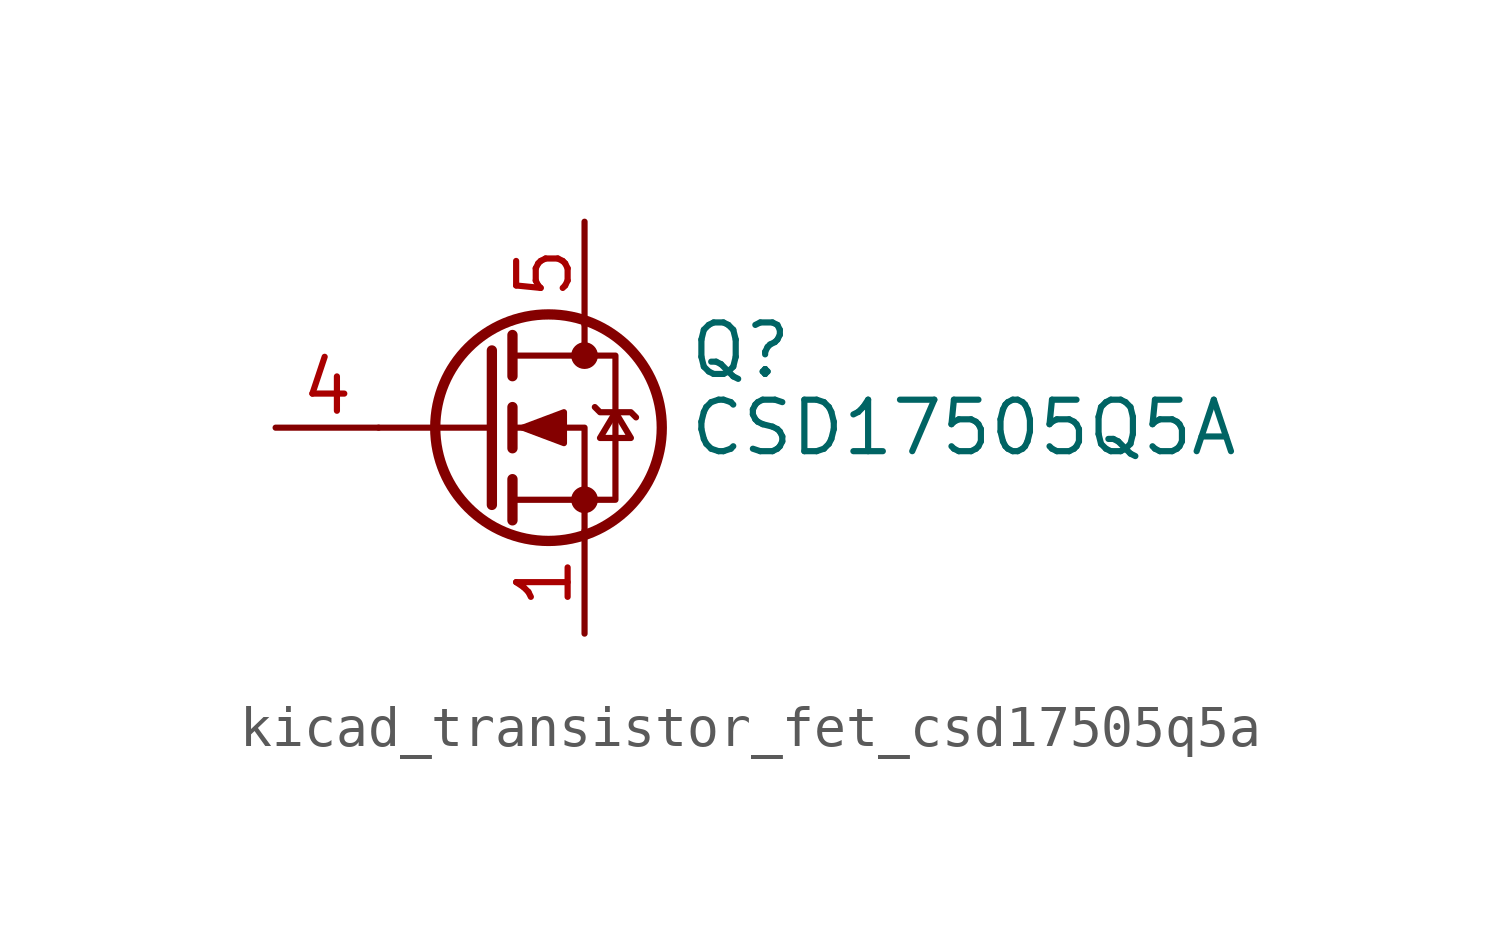
<source format=kicad_sym>
(kicad_symbol_lib
  (version 20220914)
  (generator kicad_symbol_editor)
  (symbol "kicad_transistor_fet_csd17505q5a"
    (pin_names hide)
    (property "Reference" "Q"
      (at 5.08 1.905 0)
      (effects (font (size 1.27 1.27)) (justify left)))
    (property "Value" "CSD17505Q5A"
      (at 5.08 0 0)
      (effects (font (size 1.27 1.27)) (justify left)))
    (symbol "kicad_transistor_fet_csd17505q5a_0_1"
      (polyline (pts (xy 0.254 0) (xy -2.54 0)) (stroke (width 0) (type default)) (fill (type none)))
      (polyline (pts (xy 0.254 1.905) (xy 0.254 -1.905)) (stroke (width 0.254) (type default)) (fill (type none)))
      (polyline (pts (xy 0.762 -1.27) (xy 0.762 -2.286)) (stroke (width 0.254) (type default)) (fill (type none)))
      (polyline (pts (xy 0.762 0.508) (xy 0.762 -0.508)) (stroke (width 0.254) (type default)) (fill (type none)))
      (polyline (pts (xy 0.762 2.286) (xy 0.762 1.27)) (stroke (width 0.254) (type default)) (fill (type none)))
      (polyline (pts (xy 2.54 2.54) (xy 2.54 1.778)) (stroke (width 0) (type default)) (fill (type none)))
      (polyline (pts (xy 2.54 -2.54) (xy 2.54 0) (xy 0.762 0)) (stroke (width 0) (type default)) (fill (type none)))
      (polyline (pts (xy 0.762 -1.778) (xy 3.302 -1.778) (xy 3.302 1.778) (xy 0.762 1.778)) (stroke (width 0) (type default)) (fill (type none)))
      (polyline (pts (xy 1.016 0) (xy 2.032 0.381) (xy 2.032 -0.381) (xy 1.016 0)) (stroke (width 0) (type default)) (fill (type outline)))
      (polyline (pts (xy 2.794 0.508) (xy 2.921 0.381) (xy 3.683 0.381) (xy 3.81 0.254)) (stroke (width 0) (type default)) (fill (type none)))
      (polyline (pts (xy 3.302 0.381) (xy 2.921 -0.254) (xy 3.683 -0.254) (xy 3.302 0.381)) (stroke (width 0) (type default)) (fill (type none)))
      (circle (center 1.651 0) (radius 2.794) (stroke (width 0.254) (type default)) (fill (type none)))
      (circle (center 2.54 -1.778) (radius 0.254) (stroke (width 0) (type default)) (fill (type outline)))
      (circle (center 2.54 1.778) (radius 0.254) (stroke (width 0) (type default)) (fill (type outline))))
    (symbol "kicad_transistor_fet_csd17505q5a_1_1"
      (pin passive line (at 2.54 -5.08 90) (length 2.54) (name "S" (effects (font (size 1.27 1.27)))) (number "1" (effects (font (size 1.27 1.27)))))
      (pin passive line (at 2.54 -5.08 90) (length 2.54) hide (name "S" (effects (font (size 1.27 1.27)))) (number "2" (effects (font (size 1.27 1.27)))))
      (pin passive line (at 2.54 -5.08 90) (length 2.54) hide (name "S" (effects (font (size 1.27 1.27)))) (number "3" (effects (font (size 1.27 1.27)))))
      (pin passive line (at -5.08 0 0) (length 2.54) (name "G" (effects (font (size 1.27 1.27)))) (number "4" (effects (font (size 1.27 1.27)))))
      (pin passive line (at 2.54 5.08 270) (length 2.54) (name "D" (effects (font (size 1.27 1.27)))) (number "5" (effects (font (size 1.27 1.27))))))))
</source>
